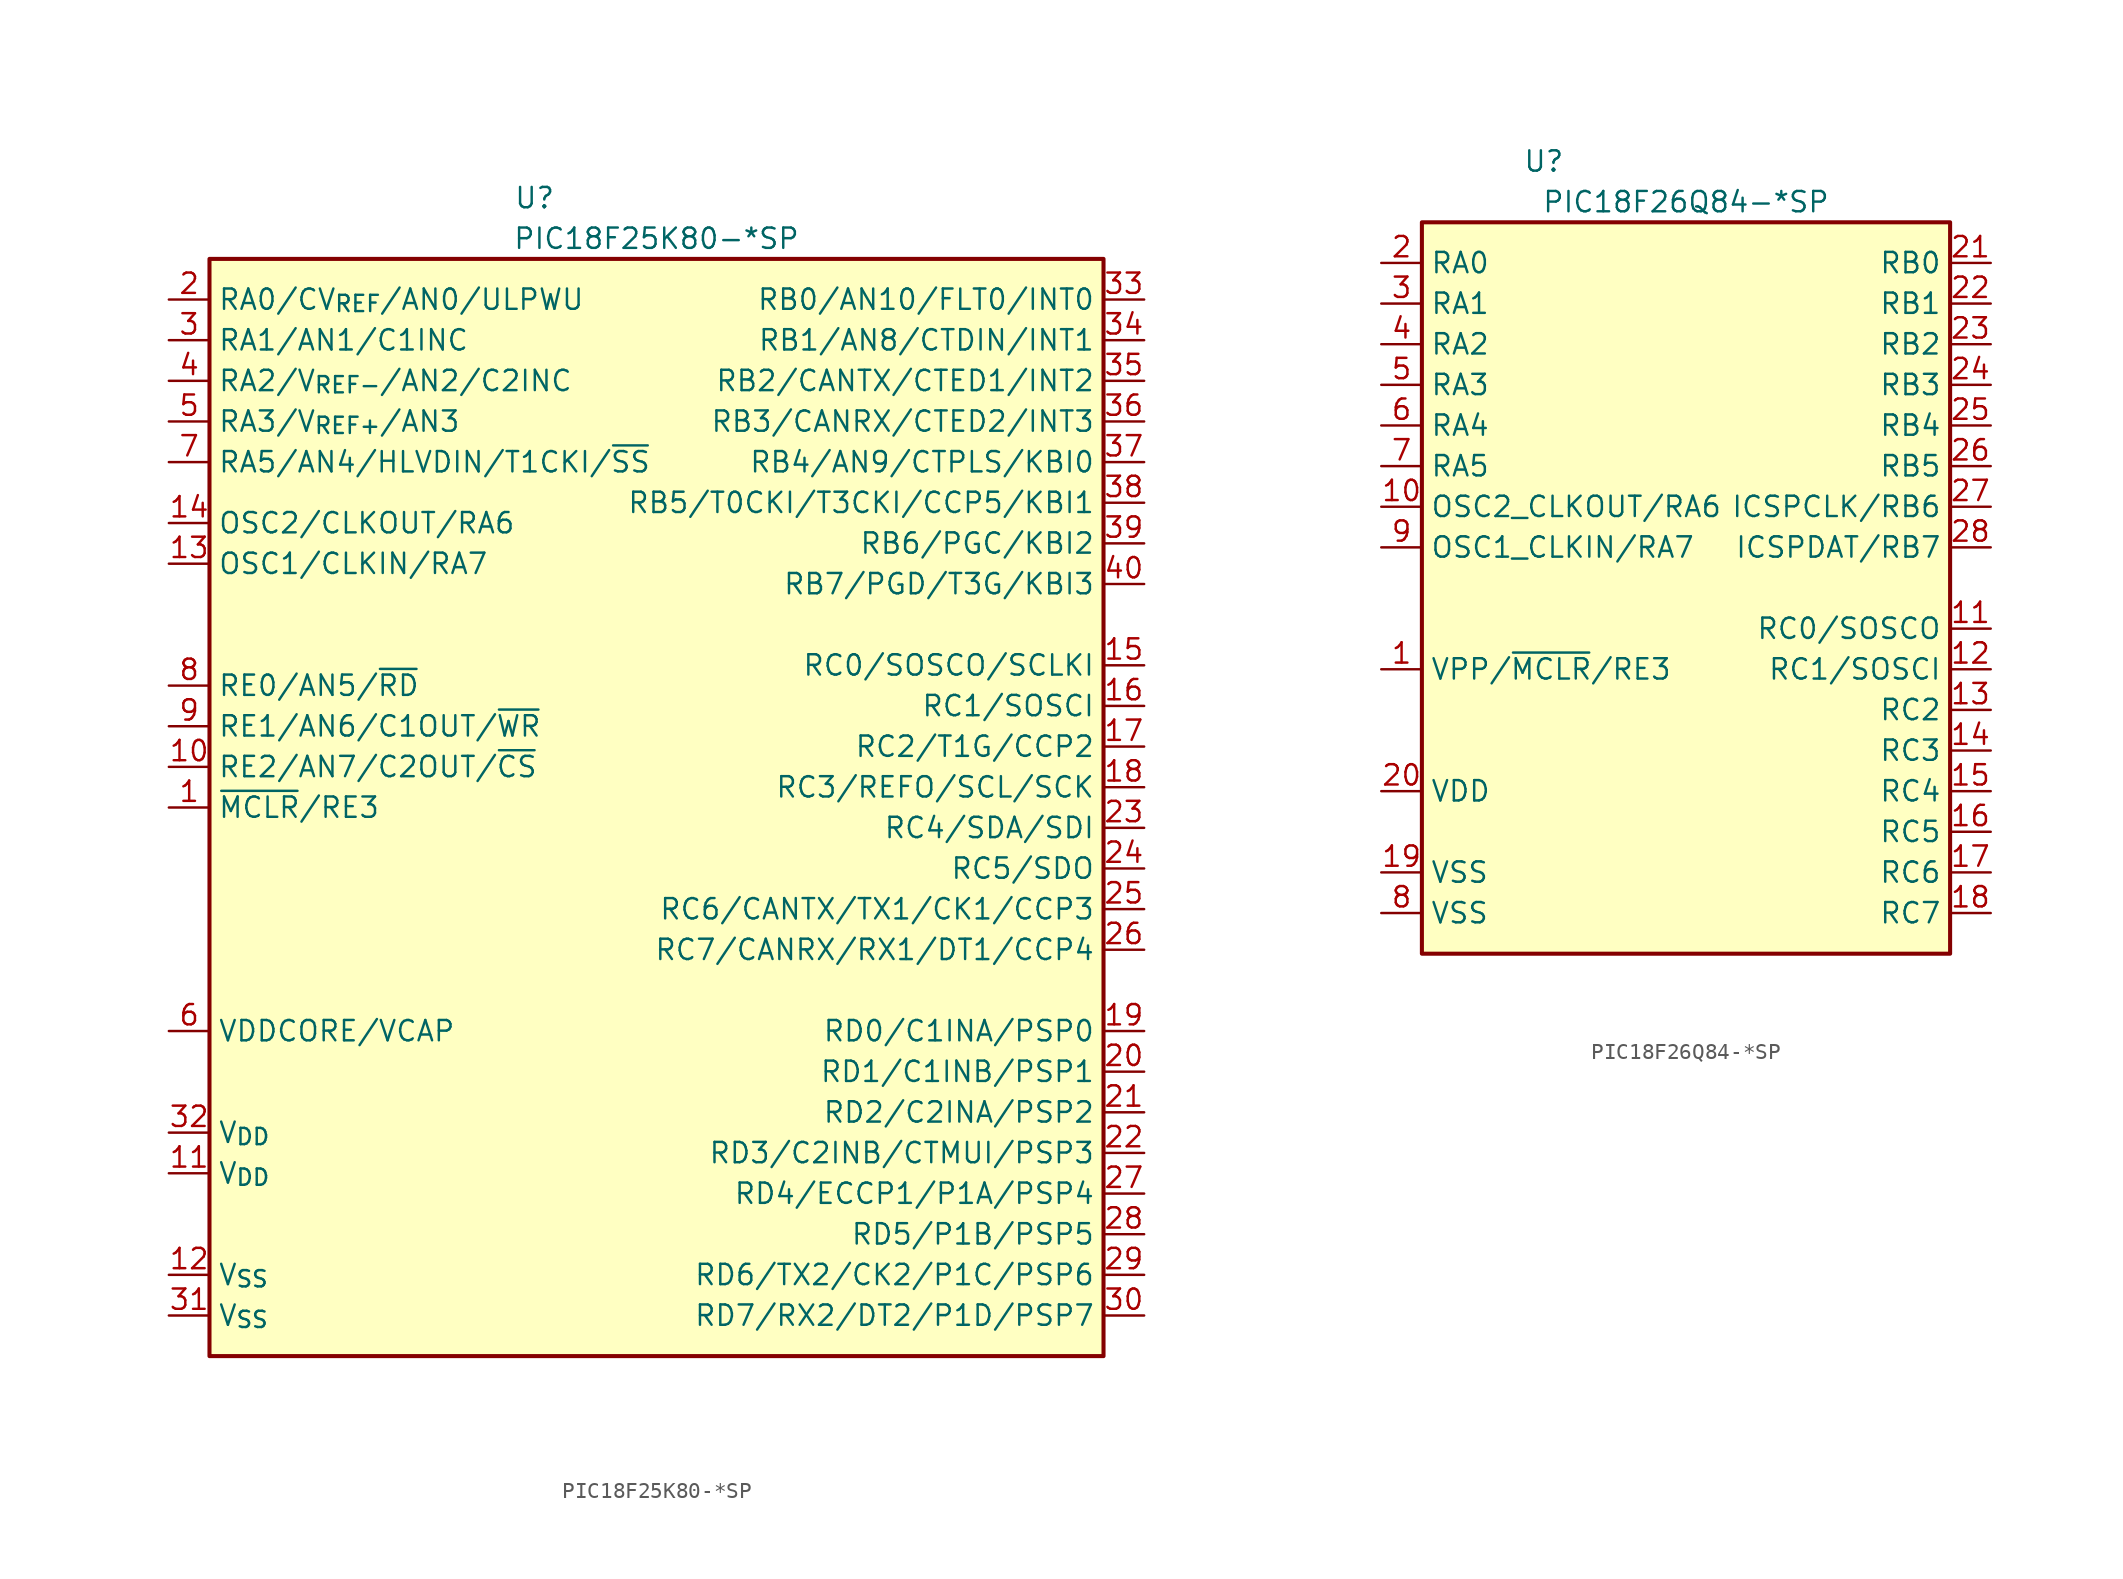
<source format=kicad_sym>
(kicad_symbol_lib
  (version 20211014)
  (generator kicad_symbol_editor)
  (symbol "PIC18F25K80-*SP"
    (property "Reference" "U"
      (at -7.62 38.1 0)
      (effects (font (size 1.27 1.27))))
    (property "Value" "PIC18F25K80-*SP"
      (at 0 35.56 0)
      (effects (font (size 1.27 1.27))))
    (symbol "PIC18F25K80-*SP_0_1"
      (rectangle (start -27.94 34.29) (end 27.94 -34.29) (stroke (width 0.254) (type default) (color 0 0 0 0)) (fill (type background))))
    (symbol "PIC18F25K80-*SP_1_1"
      (pin bidirectional line (at -30.48 0 0) (length 2.54) (name "~{MCLR}/RE3" (effects (font (size 1.27 1.27)))) (number "1" (effects (font (size 1.27 1.27)))))
      (pin input line (at -30.48 2.54 0) (length 2.54) (name "RE2/AN7/C2OUT/~{CS}" (effects (font (size 1.27 1.27)))) (number "10" (effects (font (size 1.27 1.27)))))
      (pin power_in line (at -30.48 -22.86 0) (length 2.54) (name "V_{DD}" (effects (font (size 1.27 1.27)))) (number "11" (effects (font (size 1.27 1.27)))))
      (pin power_in line (at -30.48 -29.21 0) (length 2.54) (name "V_{SS}" (effects (font (size 1.27 1.27)))) (number "12" (effects (font (size 1.27 1.27)))))
      (pin bidirectional line (at -30.48 15.24 0) (length 2.54) (name "OSC1/CLKIN/RA7" (effects (font (size 1.27 1.27)))) (number "13" (effects (font (size 1.27 1.27)))))
      (pin bidirectional line (at -30.48 17.78 0) (length 2.54) (name "OSC2/CLKOUT/RA6" (effects (font (size 1.27 1.27)))) (number "14" (effects (font (size 1.27 1.27)))))
      (pin bidirectional line (at 30.48 8.89 180) (length 2.54) (name "RC0/SOSCO/SCLKI" (effects (font (size 1.27 1.27)))) (number "15" (effects (font (size 1.27 1.27)))))
      (pin bidirectional line (at 30.48 6.35 180) (length 2.54) (name "RC1/SOSCI" (effects (font (size 1.27 1.27)))) (number "16" (effects (font (size 1.27 1.27)))))
      (pin bidirectional line (at 30.48 3.81 180) (length 2.54) (name "RC2/T1G/CCP2" (effects (font (size 1.27 1.27)))) (number "17" (effects (font (size 1.27 1.27)))))
      (pin bidirectional line (at 30.48 1.27 180) (length 2.54) (name "RC3/REFO/SCL/SCK" (effects (font (size 1.27 1.27)))) (number "18" (effects (font (size 1.27 1.27)))))
      (pin bidirectional line (at 30.48 -13.97 180) (length 2.54) (name "RD0/C1INA/PSP0" (effects (font (size 1.27 1.27)))) (number "19" (effects (font (size 1.27 1.27)))))
      (pin bidirectional line (at -30.48 31.75 0) (length 2.54) (name "RA0/CV_{REF}/AN0/ULPWU" (effects (font (size 1.27 1.27)))) (number "2" (effects (font (size 1.27 1.27)))))
      (pin bidirectional line (at 30.48 -16.51 180) (length 2.54) (name "RD1/C1INB/PSP1" (effects (font (size 1.27 1.27)))) (number "20" (effects (font (size 1.27 1.27)))))
      (pin bidirectional line (at 30.48 -19.05 180) (length 2.54) (name "RD2/C2INA/PSP2" (effects (font (size 1.27 1.27)))) (number "21" (effects (font (size 1.27 1.27)))))
      (pin bidirectional line (at 30.48 -21.59 180) (length 2.54) (name "RD3/C2INB/CTMUI/PSP3" (effects (font (size 1.27 1.27)))) (number "22" (effects (font (size 1.27 1.27)))))
      (pin bidirectional line (at 30.48 -1.27 180) (length 2.54) (name "RC4/SDA/SDI" (effects (font (size 1.27 1.27)))) (number "23" (effects (font (size 1.27 1.27)))))
      (pin bidirectional line (at 30.48 -3.81 180) (length 2.54) (name "RC5/SDO" (effects (font (size 1.27 1.27)))) (number "24" (effects (font (size 1.27 1.27)))))
      (pin bidirectional line (at 30.48 -6.35 180) (length 2.54) (name "RC6/CANTX/TX1/CK1/CCP3" (effects (font (size 1.27 1.27)))) (number "25" (effects (font (size 1.27 1.27)))))
      (pin bidirectional line (at 30.48 -8.89 180) (length 2.54) (name "RC7/CANRX/RX1/DT1/CCP4" (effects (font (size 1.27 1.27)))) (number "26" (effects (font (size 1.27 1.27)))))
      (pin bidirectional line (at 30.48 -24.13 180) (length 2.54) (name "RD4/ECCP1/P1A/PSP4" (effects (font (size 1.27 1.27)))) (number "27" (effects (font (size 1.27 1.27)))))
      (pin bidirectional line (at 30.48 -26.67 180) (length 2.54) (name "RD5/P1B/PSP5" (effects (font (size 1.27 1.27)))) (number "28" (effects (font (size 1.27 1.27)))))
      (pin bidirectional line (at 30.48 -29.21 180) (length 2.54) (name "RD6/TX2/CK2/P1C/PSP6" (effects (font (size 1.27 1.27)))) (number "29" (effects (font (size 1.27 1.27)))))
      (pin bidirectional line (at -30.48 29.21 0) (length 2.54) (name "RA1/AN1/C1INC" (effects (font (size 1.27 1.27)))) (number "3" (effects (font (size 1.27 1.27)))))
      (pin bidirectional line (at 30.48 -31.75 180) (length 2.54) (name "RD7/RX2/DT2/P1D/PSP7" (effects (font (size 1.27 1.27)))) (number "30" (effects (font (size 1.27 1.27)))))
      (pin power_in line (at -30.48 -31.75 0) (length 2.54) (name "V_{SS}" (effects (font (size 1.27 1.27)))) (number "31" (effects (font (size 1.27 1.27)))))
      (pin power_in line (at -30.48 -20.32 0) (length 2.54) (name "V_{DD}" (effects (font (size 1.27 1.27)))) (number "32" (effects (font (size 1.27 1.27)))))
      (pin bidirectional line (at 30.48 31.75 180) (length 2.54) (name "RB0/AN10/FLT0/INT0" (effects (font (size 1.27 1.27)))) (number "33" (effects (font (size 1.27 1.27)))))
      (pin bidirectional line (at 30.48 29.21 180) (length 2.54) (name "RB1/AN8/CTDIN/INT1" (effects (font (size 1.27 1.27)))) (number "34" (effects (font (size 1.27 1.27)))))
      (pin bidirectional line (at 30.48 26.67 180) (length 2.54) (name "RB2/CANTX/CTED1/INT2" (effects (font (size 1.27 1.27)))) (number "35" (effects (font (size 1.27 1.27)))))
      (pin bidirectional line (at 30.48 24.13 180) (length 2.54) (name "RB3/CANRX/CTED2/INT3" (effects (font (size 1.27 1.27)))) (number "36" (effects (font (size 1.27 1.27)))))
      (pin bidirectional line (at 30.48 21.59 180) (length 2.54) (name "RB4/AN9/CTPLS/KBI0" (effects (font (size 1.27 1.27)))) (number "37" (effects (font (size 1.27 1.27)))))
      (pin bidirectional line (at 30.48 19.05 180) (length 2.54) (name "RB5/T0CKI/T3CKI/CCP5/KBI1" (effects (font (size 1.27 1.27)))) (number "38" (effects (font (size 1.27 1.27)))))
      (pin bidirectional line (at 30.48 16.51 180) (length 2.54) (name "RB6/PGC/KBI2" (effects (font (size 1.27 1.27)))) (number "39" (effects (font (size 1.27 1.27)))))
      (pin bidirectional line (at -30.48 26.67 0) (length 2.54) (name "RA2/V_{REF-}/AN2/C2INC" (effects (font (size 1.27 1.27)))) (number "4" (effects (font (size 1.27 1.27)))))
      (pin bidirectional line (at 30.48 13.97 180) (length 2.54) (name "RB7/PGD/T3G/KBI3" (effects (font (size 1.27 1.27)))) (number "40" (effects (font (size 1.27 1.27)))))
      (pin bidirectional line (at -30.48 24.13 0) (length 2.54) (name "RA3/V_{REF+}/AN3" (effects (font (size 1.27 1.27)))) (number "5" (effects (font (size 1.27 1.27)))))
      (pin power_in line (at -30.48 -13.97 0) (length 2.54) (name "VDDCORE/VCAP" (effects (font (size 1.27 1.27)))) (number "6" (effects (font (size 1.27 1.27)))))
      (pin bidirectional line (at -30.48 21.59 0) (length 2.54) (name "RA5/AN4/HLVDIN/T1CKI/~{SS}" (effects (font (size 1.27 1.27)))) (number "7" (effects (font (size 1.27 1.27)))))
      (pin bidirectional line (at -30.48 7.62 0) (length 2.54) (name "RE0/AN5/~{RD}" (effects (font (size 1.27 1.27)))) (number "8" (effects (font (size 1.27 1.27)))))
      (pin input line (at -30.48 5.08 0) (length 2.54) (name "RE1/AN6/C1OUT/~{WR}" (effects (font (size 1.27 1.27)))) (number "9" (effects (font (size 1.27 1.27)))))))
  (symbol "PIC18F26Q84-*SP"
    (property "Reference" "U"
      (at -8.89 29.21 0)
      (effects (font (size 1.27 1.27))))
    (property "Value" "PIC18F26Q84-*SP"
      (at 0 26.67 0)
      (effects (font (size 1.27 1.27))))
    (symbol "PIC18F26Q84-*SP_0_1"
      (rectangle (start -16.51 25.4) (end 16.51 -20.32) (stroke (width 0.254) (type default) (color 0 0 0 0)) (fill (type background))))
    (symbol "PIC18F26Q84-*SP_1_1"
      (pin input line (at -19.05 -2.54 0) (length 2.54) (name "VPP/~{MCLR}/RE3" (effects (font (size 1.27 1.27)))) (number "1" (effects (font (size 1.27 1.27)))))
      (pin bidirectional line (at -19.05 7.62 0) (length 2.54) (name "OSC2_CLKOUT/RA6" (effects (font (size 1.27 1.27)))) (number "10" (effects (font (size 1.27 1.27)))))
      (pin bidirectional line (at 19.05 0 180) (length 2.54) (name "RC0/SOSCO" (effects (font (size 1.27 1.27)))) (number "11" (effects (font (size 1.27 1.27)))))
      (pin bidirectional line (at 19.05 -2.54 180) (length 2.54) (name "RC1/SOSCI" (effects (font (size 1.27 1.27)))) (number "12" (effects (font (size 1.27 1.27)))))
      (pin bidirectional line (at 19.05 -5.08 180) (length 2.54) (name "RC2" (effects (font (size 1.27 1.27)))) (number "13" (effects (font (size 1.27 1.27)))))
      (pin bidirectional line (at 19.05 -7.62 180) (length 2.54) (name "RC3" (effects (font (size 1.27 1.27)))) (number "14" (effects (font (size 1.27 1.27)))))
      (pin bidirectional line (at 19.05 -10.16 180) (length 2.54) (name "RC4" (effects (font (size 1.27 1.27)))) (number "15" (effects (font (size 1.27 1.27)))))
      (pin bidirectional line (at 19.05 -12.7 180) (length 2.54) (name "RC5" (effects (font (size 1.27 1.27)))) (number "16" (effects (font (size 1.27 1.27)))))
      (pin bidirectional line (at 19.05 -15.24 180) (length 2.54) (name "RC6" (effects (font (size 1.27 1.27)))) (number "17" (effects (font (size 1.27 1.27)))))
      (pin bidirectional line (at 19.05 -17.78 180) (length 2.54) (name "RC7" (effects (font (size 1.27 1.27)))) (number "18" (effects (font (size 1.27 1.27)))))
      (pin power_in line (at -19.05 -15.24 0) (length 2.54) (name "VSS" (effects (font (size 1.27 1.27)))) (number "19" (effects (font (size 1.27 1.27)))))
      (pin bidirectional line (at -19.05 22.86 0) (length 2.54) (name "RA0" (effects (font (size 1.27 1.27)))) (number "2" (effects (font (size 1.27 1.27)))))
      (pin power_in line (at -19.05 -10.16 0) (length 2.54) (name "VDD" (effects (font (size 1.27 1.27)))) (number "20" (effects (font (size 1.27 1.27)))))
      (pin bidirectional line (at 19.05 22.86 180) (length 2.54) (name "RB0" (effects (font (size 1.27 1.27)))) (number "21" (effects (font (size 1.27 1.27)))))
      (pin bidirectional line (at 19.05 20.32 180) (length 2.54) (name "RB1" (effects (font (size 1.27 1.27)))) (number "22" (effects (font (size 1.27 1.27)))))
      (pin bidirectional line (at 19.05 17.78 180) (length 2.54) (name "RB2" (effects (font (size 1.27 1.27)))) (number "23" (effects (font (size 1.27 1.27)))))
      (pin bidirectional line (at 19.05 15.24 180) (length 2.54) (name "RB3" (effects (font (size 1.27 1.27)))) (number "24" (effects (font (size 1.27 1.27)))))
      (pin bidirectional line (at 19.05 12.7 180) (length 2.54) (name "RB4" (effects (font (size 1.27 1.27)))) (number "25" (effects (font (size 1.27 1.27)))))
      (pin bidirectional line (at 19.05 10.16 180) (length 2.54) (name "RB5" (effects (font (size 1.27 1.27)))) (number "26" (effects (font (size 1.27 1.27)))))
      (pin bidirectional line (at 19.05 7.62 180) (length 2.54) (name "ICSPCLK/RB6" (effects (font (size 1.27 1.27)))) (number "27" (effects (font (size 1.27 1.27)))))
      (pin bidirectional line (at 19.05 5.08 180) (length 2.54) (name "ICSPDAT/RB7" (effects (font (size 1.27 1.27)))) (number "28" (effects (font (size 1.27 1.27)))))
      (pin bidirectional line (at -19.05 20.32 0) (length 2.54) (name "RA1" (effects (font (size 1.27 1.27)))) (number "3" (effects (font (size 1.27 1.27)))))
      (pin bidirectional line (at -19.05 17.78 0) (length 2.54) (name "RA2" (effects (font (size 1.27 1.27)))) (number "4" (effects (font (size 1.27 1.27)))))
      (pin bidirectional line (at -19.05 15.24 0) (length 2.54) (name "RA3" (effects (font (size 1.27 1.27)))) (number "5" (effects (font (size 1.27 1.27)))))
      (pin bidirectional line (at -19.05 12.7 0) (length 2.54) (name "RA4" (effects (font (size 1.27 1.27)))) (number "6" (effects (font (size 1.27 1.27)))))
      (pin bidirectional line (at -19.05 10.16 0) (length 2.54) (name "RA5" (effects (font (size 1.27 1.27)))) (number "7" (effects (font (size 1.27 1.27)))))
      (pin power_in line (at -19.05 -17.78 0) (length 2.54) (name "VSS" (effects (font (size 1.27 1.27)))) (number "8" (effects (font (size 1.27 1.27)))))
      (pin bidirectional line (at -19.05 5.08 0) (length 2.54) (name "OSC1_CLKIN/RA7" (effects (font (size 1.27 1.27)))) (number "9" (effects (font (size 1.27 1.27))))))))
</source>
